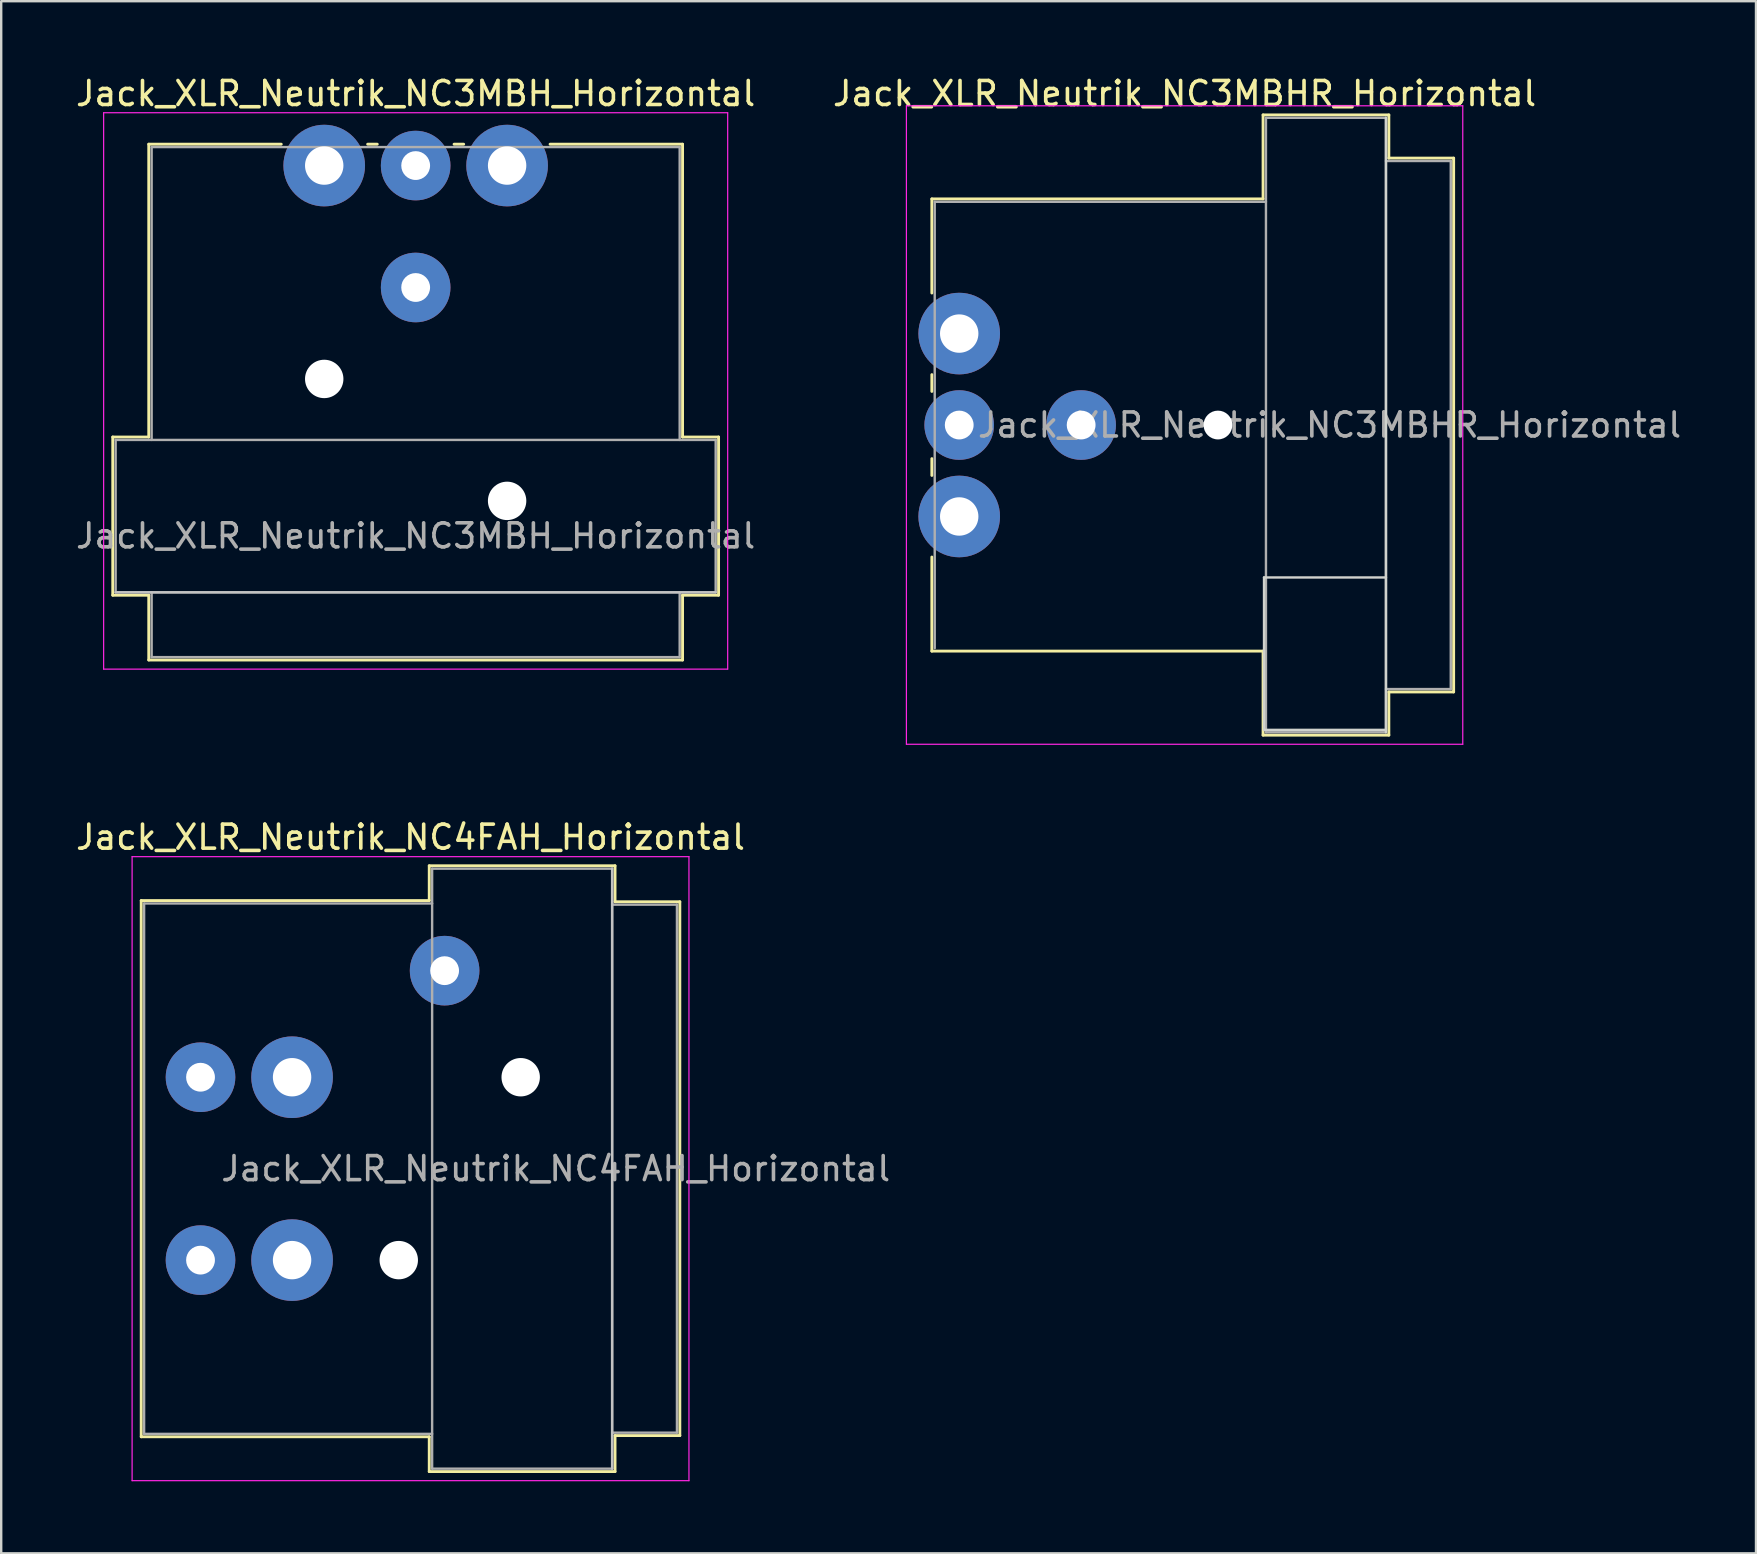
<source format=kicad_pcb>
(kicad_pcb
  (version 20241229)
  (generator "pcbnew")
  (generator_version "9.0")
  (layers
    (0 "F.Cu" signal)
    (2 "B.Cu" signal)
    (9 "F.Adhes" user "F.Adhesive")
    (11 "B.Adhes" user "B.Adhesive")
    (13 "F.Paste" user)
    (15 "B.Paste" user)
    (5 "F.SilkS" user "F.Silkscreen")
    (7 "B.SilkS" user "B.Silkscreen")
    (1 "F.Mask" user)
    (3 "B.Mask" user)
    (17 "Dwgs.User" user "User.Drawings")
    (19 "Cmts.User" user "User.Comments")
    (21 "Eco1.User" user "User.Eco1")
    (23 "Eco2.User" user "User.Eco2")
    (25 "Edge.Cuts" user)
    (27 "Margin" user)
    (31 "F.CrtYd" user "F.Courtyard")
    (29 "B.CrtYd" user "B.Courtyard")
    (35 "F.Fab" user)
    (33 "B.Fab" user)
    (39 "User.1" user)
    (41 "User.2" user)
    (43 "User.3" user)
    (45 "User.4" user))
  (footprint "Jack_XLR_Neutrik_NC3MBH_Horizontal"
    (layer "F.Cu")
    (at 10.458 3.848)
    (property "Reference" "Jack_XLR_Neutrik_NC3MBH_Horizontal" (at 3.81 -3 0) (layer "F.SilkS") (effects (font (size 1 1) (thickness 0.15))))
    (attr through_hole)
    (fp_line (start -8.81 11.31) (end -7.31 11.31) (stroke (width 0.12) (type solid)) (layer "F.SilkS"))
    (fp_line (start -8.81 17.9) (end -8.81 11.31) (stroke (width 0.12) (type solid)) (layer "F.SilkS"))
    (fp_line (start -7.31 11.31) (end -7.31 -0.89) (stroke (width 0.12) (type solid)) (layer "F.SilkS"))
    (fp_line (start -7.31 17.9) (end -8.81 17.9) (stroke (width 0.12) (type solid)) (layer "F.SilkS"))
    (fp_line (start -7.31 17.9) (end -7.31 20.6) (stroke (width 0.12) (type solid)) (layer "F.SilkS"))
    (fp_line (start -1.79 -0.89) (end -7.31 -0.89) (stroke (width 0.12) (type solid)) (layer "F.SilkS"))
    (fp_line (start 2.21 -0.89) (end 1.81 -0.89) (stroke (width 0.12) (type solid)) (layer "F.SilkS"))
    (fp_line (start 5.41 -0.89) (end 5.81 -0.89) (stroke (width 0.12) (type solid)) (layer "F.SilkS"))
    (fp_line (start 14.93 -0.89) (end 9.41 -0.89) (stroke (width 0.12) (type solid)) (layer "F.SilkS"))
    (fp_line (start 14.93 11.31) (end 14.93 -0.89) (stroke (width 0.12) (type solid)) (layer "F.SilkS"))
    (fp_line (start 14.93 11.31) (end 16.43 11.31) (stroke (width 0.12) (type solid)) (layer "F.SilkS"))
    (fp_line (start 14.93 17.9) (end 14.93 20.6) (stroke (width 0.12) (type solid)) (layer "F.SilkS"))
    (fp_line (start 14.93 20.6) (end -7.31 20.6) (stroke (width 0.12) (type solid)) (layer "F.SilkS"))
    (fp_line (start 16.43 17.9) (end 14.93 17.9) (stroke (width 0.12) (type solid)) (layer "F.SilkS"))
    (fp_line (start 16.43 17.9) (end 16.43 11.31) (stroke (width 0.12) (type solid)) (layer "F.SilkS"))
    (fp_line (start 16.31 17.78) (end -8.69 17.78) (stroke (width 0.1) (type solid)) (layer "Dwgs.User"))
    (fp_line (start -9.19 20.98) (end -9.19 -2.2) (stroke (width 0.05) (type solid)) (layer "F.CrtYd"))
    (fp_line (start 16.81 -2.2) (end -9.19 -2.2) (stroke (width 0.05) (type solid)) (layer "F.CrtYd"))
    (fp_line (start 16.81 20.98) (end -9.19 20.98) (stroke (width 0.05) (type solid)) (layer "F.CrtYd"))
    (fp_line (start 16.81 20.98) (end 16.81 -2.2) (stroke (width 0.05) (type solid)) (layer "F.CrtYd"))
    (fp_line (start -8.69 11.43) (end 16.31 11.43) (stroke (width 0.1) (type solid)) (layer "F.Fab"))
    (fp_line (start -8.69 17.78) (end -8.69 11.43) (stroke (width 0.1) (type solid)) (layer "F.Fab"))
    (fp_line (start -7.19 -0.77) (end -7.19 11.43) (stroke (width 0.1) (type solid)) (layer "F.Fab"))
    (fp_line (start -7.19 20.48) (end -7.19 17.78) (stroke (width 0.1) (type solid)) (layer "F.Fab"))
    (fp_line (start 14.81 -0.77) (end -7.19 -0.77) (stroke (width 0.1) (type solid)) (layer "F.Fab"))
    (fp_line (start 14.81 11.43) (end 14.81 -0.77) (stroke (width 0.1) (type solid)) (layer "F.Fab"))
    (fp_line (start 14.81 17.78) (end 14.81 20.48) (stroke (width 0.1) (type solid)) (layer "F.Fab"))
    (fp_line (start 14.81 20.48) (end -7.19 20.48) (stroke (width 0.1) (type solid)) (layer "F.Fab"))
    (fp_line (start 16.31 11.43) (end 16.31 17.78) (stroke (width 0.1) (type solid)) (layer "F.Fab"))
    (fp_line (start 16.31 17.78) (end -8.69 17.78) (stroke (width 0.1) (type solid)) (layer "F.Fab"))
    (fp_text user "${REFERENCE}" (at 3.81 15.43 0) (layer "F.Fab") (effects (font (size 1 1) (thickness 0.15))))
    (pad "" np_thru_hole circle (at 0 8.89) (size 1.6 1.6) (drill 1.6) (layers "*.Cu" "*.Mask"))
    (pad "" np_thru_hole circle (at 7.62 13.97) (size 1.6 1.6) (drill 1.6) (layers "*.Cu" "*.Mask"))
    (pad "1" thru_hole circle (at 0 0) (size 3.4 3.4) (drill 1.6) (layers "*.Cu" "*.Mask"))
    (pad "2" thru_hole circle (at 7.62 0) (size 3.4 3.4) (drill 1.6) (layers "*.Cu" "*.Mask"))
    (pad "3" thru_hole circle (at 3.81 0) (size 2.9 2.9) (drill 1.2) (layers "*.Cu" "*.Mask"))
    (pad "G" thru_hole circle (at 3.81 5.08) (size 2.9 2.9) (drill 1.2) (layers "*.Cu" "*.Mask")))
  (footprint "Jack_XLR_Neutrik_NC4FAH_Horizontal"
    (layer "F.Cu")
    (at 5.304 41.831)
    (property "Reference" "Jack_XLR_Neutrik_NC4FAH_Horizontal" (at 8.75 -10 0) (layer "F.SilkS") (effects (font (size 1 1) (thickness 0.15))))
    (attr through_hole)
    (fp_line (start -2.47 -7.36) (end -2.47 14.98) (stroke (width 0.12) (type solid)) (layer "F.SilkS"))
    (fp_line (start 9.53 -7.36) (end -2.47 -7.36) (stroke (width 0.12) (type solid)) (layer "F.SilkS"))
    (fp_line (start 9.53 -7.36) (end 9.53 -8.81) (stroke (width 0.12) (type solid)) (layer "F.SilkS"))
    (fp_line (start 9.53 14.98) (end -2.47 14.98) (stroke (width 0.12) (type solid)) (layer "F.SilkS"))
    (fp_line (start 9.53 16.43) (end 9.53 14.98) (stroke (width 0.12) (type solid)) (layer "F.SilkS"))
    (fp_line (start 17.27 -8.81) (end 9.53 -8.81) (stroke (width 0.12) (type solid)) (layer "F.SilkS"))
    (fp_line (start 17.27 -8.81) (end 17.27 -7.31) (stroke (width 0.12) (type solid)) (layer "F.SilkS"))
    (fp_line (start 17.27 -7.31) (end 19.97 -7.31) (stroke (width 0.12) (type solid)) (layer "F.SilkS"))
    (fp_line (start 17.27 14.93) (end 17.27 16.43) (stroke (width 0.12) (type solid)) (layer "F.SilkS"))
    (fp_line (start 17.27 14.93) (end 19.97 14.93) (stroke (width 0.12) (type solid)) (layer "F.SilkS"))
    (fp_line (start 17.27 16.43) (end 9.53 16.43) (stroke (width 0.12) (type solid)) (layer "F.SilkS"))
    (fp_line (start 19.97 -7.31) (end 19.97 14.93) (stroke (width 0.12) (type solid)) (layer "F.SilkS"))
    (fp_line (start 17.15 -8.69) (end 17.15 16.31) (stroke (width 0.1) (type solid)) (layer "Dwgs.User"))
    (fp_line (start -2.85 -9.19) (end -2.85 16.81) (stroke (width 0.05) (type solid)) (layer "F.CrtYd"))
    (fp_line (start 20.35 -9.19) (end -2.85 -9.19) (stroke (width 0.05) (type solid)) (layer "F.CrtYd"))
    (fp_line (start 20.35 -9.19) (end 20.35 16.81) (stroke (width 0.05) (type solid)) (layer "F.CrtYd"))
    (fp_line (start 20.35 16.81) (end -2.85 16.81) (stroke (width 0.05) (type solid)) (layer "F.CrtYd"))
    (fp_line (start -2.35 -7.24) (end -2.35 14.86) (stroke (width 0.1) (type solid)) (layer "F.Fab"))
    (fp_line (start -2.35 14.86) (end 9.65 14.86) (stroke (width 0.1) (type solid)) (layer "F.Fab"))
    (fp_line (start 9.65 -8.69) (end 17.15 -8.69) (stroke (width 0.1) (type solid)) (layer "F.Fab"))
    (fp_line (start 9.65 -7.24) (end -2.35 -7.24) (stroke (width 0.1) (type solid)) (layer "F.Fab"))
    (fp_line (start 9.65 16.31) (end 9.65 -8.69) (stroke (width 0.1) (type solid)) (layer "F.Fab"))
    (fp_line (start 17.15 -8.69) (end 17.15 16.31) (stroke (width 0.1) (type solid)) (layer "F.Fab"))
    (fp_line (start 17.15 -7.19) (end 19.85 -7.19) (stroke (width 0.1) (type solid)) (layer "F.Fab"))
    (fp_line (start 17.15 16.31) (end 9.65 16.31) (stroke (width 0.1) (type solid)) (layer "F.Fab"))
    (fp_line (start 19.85 -7.19) (end 19.85 14.81) (stroke (width 0.1) (type solid)) (layer "F.Fab"))
    (fp_line (start 19.85 14.81) (end 17.15 14.81) (stroke (width 0.1) (type solid)) (layer "F.Fab"))
    (fp_text user "${REFERENCE}" (at 14.8 3.81 0) (layer "F.Fab") (effects (font (size 1 1) (thickness 0.15))))
    (pad "" np_thru_hole circle (at 8.26 7.62) (size 1.6 1.6) (drill 1.6) (layers "*.Cu" "*.Mask"))
    (pad "" np_thru_hole circle (at 13.34 0) (size 1.6 1.6) (drill 1.6) (layers "*.Cu" "*.Mask"))
    (pad "1" thru_hole circle (at 0 0) (size 2.9 2.9) (drill 1.2) (layers "*.Cu" "*.Mask"))
    (pad "2" thru_hole circle (at 3.815 0) (size 3.4 3.4) (drill 1.6) (layers "*.Cu" "*.Mask"))
    (pad "3" thru_hole circle (at 3.815 7.62) (size 3.4 3.4) (drill 1.6) (layers "*.Cu" "*.Mask"))
    (pad "4" thru_hole circle (at 0 7.62) (size 2.9 2.9) (drill 1.2) (layers "*.Cu" "*.Mask"))
    (pad "G" thru_hole circle (at 10.17 -4.44) (size 2.9 2.9) (drill 1.2) (layers "*.Cu" "*.Mask")))
  (footprint "Jack_XLR_Neutrik_NC3MBHR_Horizontal"
    (layer "F.Cu")
    (at 36.914 10.848)
    (property "Reference" "Jack_XLR_Neutrik_NC3MBHR_Horizontal" (at 9.39 -10 0) (layer "F.SilkS") (effects (font (size 1 1) (thickness 0.15))))
    (attr through_hole)
    (fp_line (start -1.14 -5.61) (end -1.14 -1.69) (stroke (width 0.12) (type solid)) (layer "F.SilkS"))
    (fp_line (start -1.14 2.41) (end -1.14 1.71) (stroke (width 0.12) (type solid)) (layer "F.SilkS"))
    (fp_line (start -1.14 5.21) (end -1.14 5.91) (stroke (width 0.12) (type solid)) (layer "F.SilkS"))
    (fp_line (start -1.14 9.31) (end -1.14 13.23) (stroke (width 0.12) (type solid)) (layer "F.SilkS"))
    (fp_line (start 12.66 -5.61) (end -1.14 -5.61) (stroke (width 0.12) (type solid)) (layer "F.SilkS"))
    (fp_line (start 12.66 -5.61) (end 12.66 -9.11) (stroke (width 0.12) (type solid)) (layer "F.SilkS"))
    (fp_line (start 12.66 13.23) (end -1.14 13.23) (stroke (width 0.12) (type solid)) (layer "F.SilkS"))
    (fp_line (start 12.66 16.73) (end 12.66 13.23) (stroke (width 0.12) (type solid)) (layer "F.SilkS"))
    (fp_line (start 17.9 -9.11) (end 12.66 -9.11) (stroke (width 0.12) (type solid)) (layer "F.SilkS"))
    (fp_line (start 17.9 -9.11) (end 17.9 -7.31) (stroke (width 0.12) (type solid)) (layer "F.SilkS"))
    (fp_line (start 17.9 -7.31) (end 20.6 -7.31) (stroke (width 0.12) (type solid)) (layer "F.SilkS"))
    (fp_line (start 17.9 14.93) (end 17.9 16.73) (stroke (width 0.12) (type solid)) (layer "F.SilkS"))
    (fp_line (start 17.9 14.93) (end 20.6 14.93) (stroke (width 0.12) (type solid)) (layer "F.SilkS"))
    (fp_line (start 17.9 16.73) (end 12.66 16.73) (stroke (width 0.12) (type solid)) (layer "F.SilkS"))
    (fp_line (start 20.6 -7.31) (end 20.6 14.93) (stroke (width 0.12) (type solid)) (layer "F.SilkS"))
    (fp_line (start 12.7 10.16) (end 12.7 16.51) (stroke (width 0.1) (type solid)) (layer "Edge.Cuts"))
    (fp_line (start 12.7 16.51) (end 17.78 16.51) (stroke (width 0.1) (type solid)) (layer "Edge.Cuts"))
    (fp_line (start 17.78 -8.99) (end 17.78 16.61) (stroke (width 0.1) (type solid)) (layer "Edge.Cuts"))
    (fp_line (start 17.78 10.16) (end 12.7 10.16) (stroke (width 0.1) (type solid)) (layer "Edge.Cuts"))
    (fp_line (start -2.2 -9.49) (end -2.2 17.11) (stroke (width 0.05) (type solid)) (layer "F.CrtYd"))
    (fp_line (start 20.98 -9.49) (end -2.2 -9.49) (stroke (width 0.05) (type solid)) (layer "F.CrtYd"))
    (fp_line (start 20.98 -9.49) (end 20.98 17.11) (stroke (width 0.05) (type solid)) (layer "F.CrtYd"))
    (fp_line (start 20.98 17.11) (end -2.2 17.11) (stroke (width 0.05) (type solid)) (layer "F.CrtYd"))
    (fp_line (start -1.02 -5.49) (end -1.02 13.11) (stroke (width 0.1) (type solid)) (layer "F.Fab"))
    (fp_line (start 12.78 -8.99) (end 17.78 -8.99) (stroke (width 0.1) (type solid)) (layer "F.Fab"))
    (fp_line (start 12.78 -5.49) (end -1.02 -5.49) (stroke (width 0.1) (type solid)) (layer "F.Fab"))
    (fp_line (start 12.78 16.61) (end 12.78 -8.99) (stroke (width 0.1) (type solid)) (layer "F.Fab"))
    (fp_line (start 17.78 -8.99) (end 17.78 16.61) (stroke (width 0.1) (type solid)) (layer "F.Fab"))
    (fp_line (start 17.78 -7.19) (end 20.48 -7.19) (stroke (width 0.1) (type solid)) (layer "F.Fab"))
    (fp_line (start 17.78 16.61) (end 12.78 16.61) (stroke (width 0.1) (type solid)) (layer "F.Fab"))
    (fp_line (start 20.48 -7.19) (end 20.48 14.81) (stroke (width 0.1) (type solid)) (layer "F.Fab"))
    (fp_line (start 20.48 14.81) (end 17.78 14.81) (stroke (width 0.1) (type solid)) (layer "F.Fab"))
    (fp_text user "${REFERENCE}" (at 15.43 3.81 0) (layer "F.Fab") (effects (font (size 1 1) (thickness 0.15))))
    (pad "" np_thru_hole circle (at 10.78 3.81) (size 1.2 1.2) (drill 1.2) (layers "*.Cu" "*.Mask"))
    (pad "1" thru_hole circle (at 0 0) (size 3.4 3.4) (drill 1.6) (layers "*.Cu" "*.Mask"))
    (pad "2" thru_hole circle (at 0 3.81) (size 2.9 2.9) (drill 1.2) (layers "*.Cu" "*.Mask"))
    (pad "3" thru_hole circle (at 0 7.62) (size 3.4 3.4) (drill 1.6) (layers "*.Cu" "*.Mask"))
    (pad "G" thru_hole circle (at 5.08 3.81) (size 2.9 2.9) (drill 1.2) (layers "*.Cu" "*.Mask")))
  (gr_rect
    (start -3 -3)
    (end 70.111 61.666)
    (stroke (width 0.1) (type default))
    (fill no)
    (layer "Edge.Cuts")))
</source>
